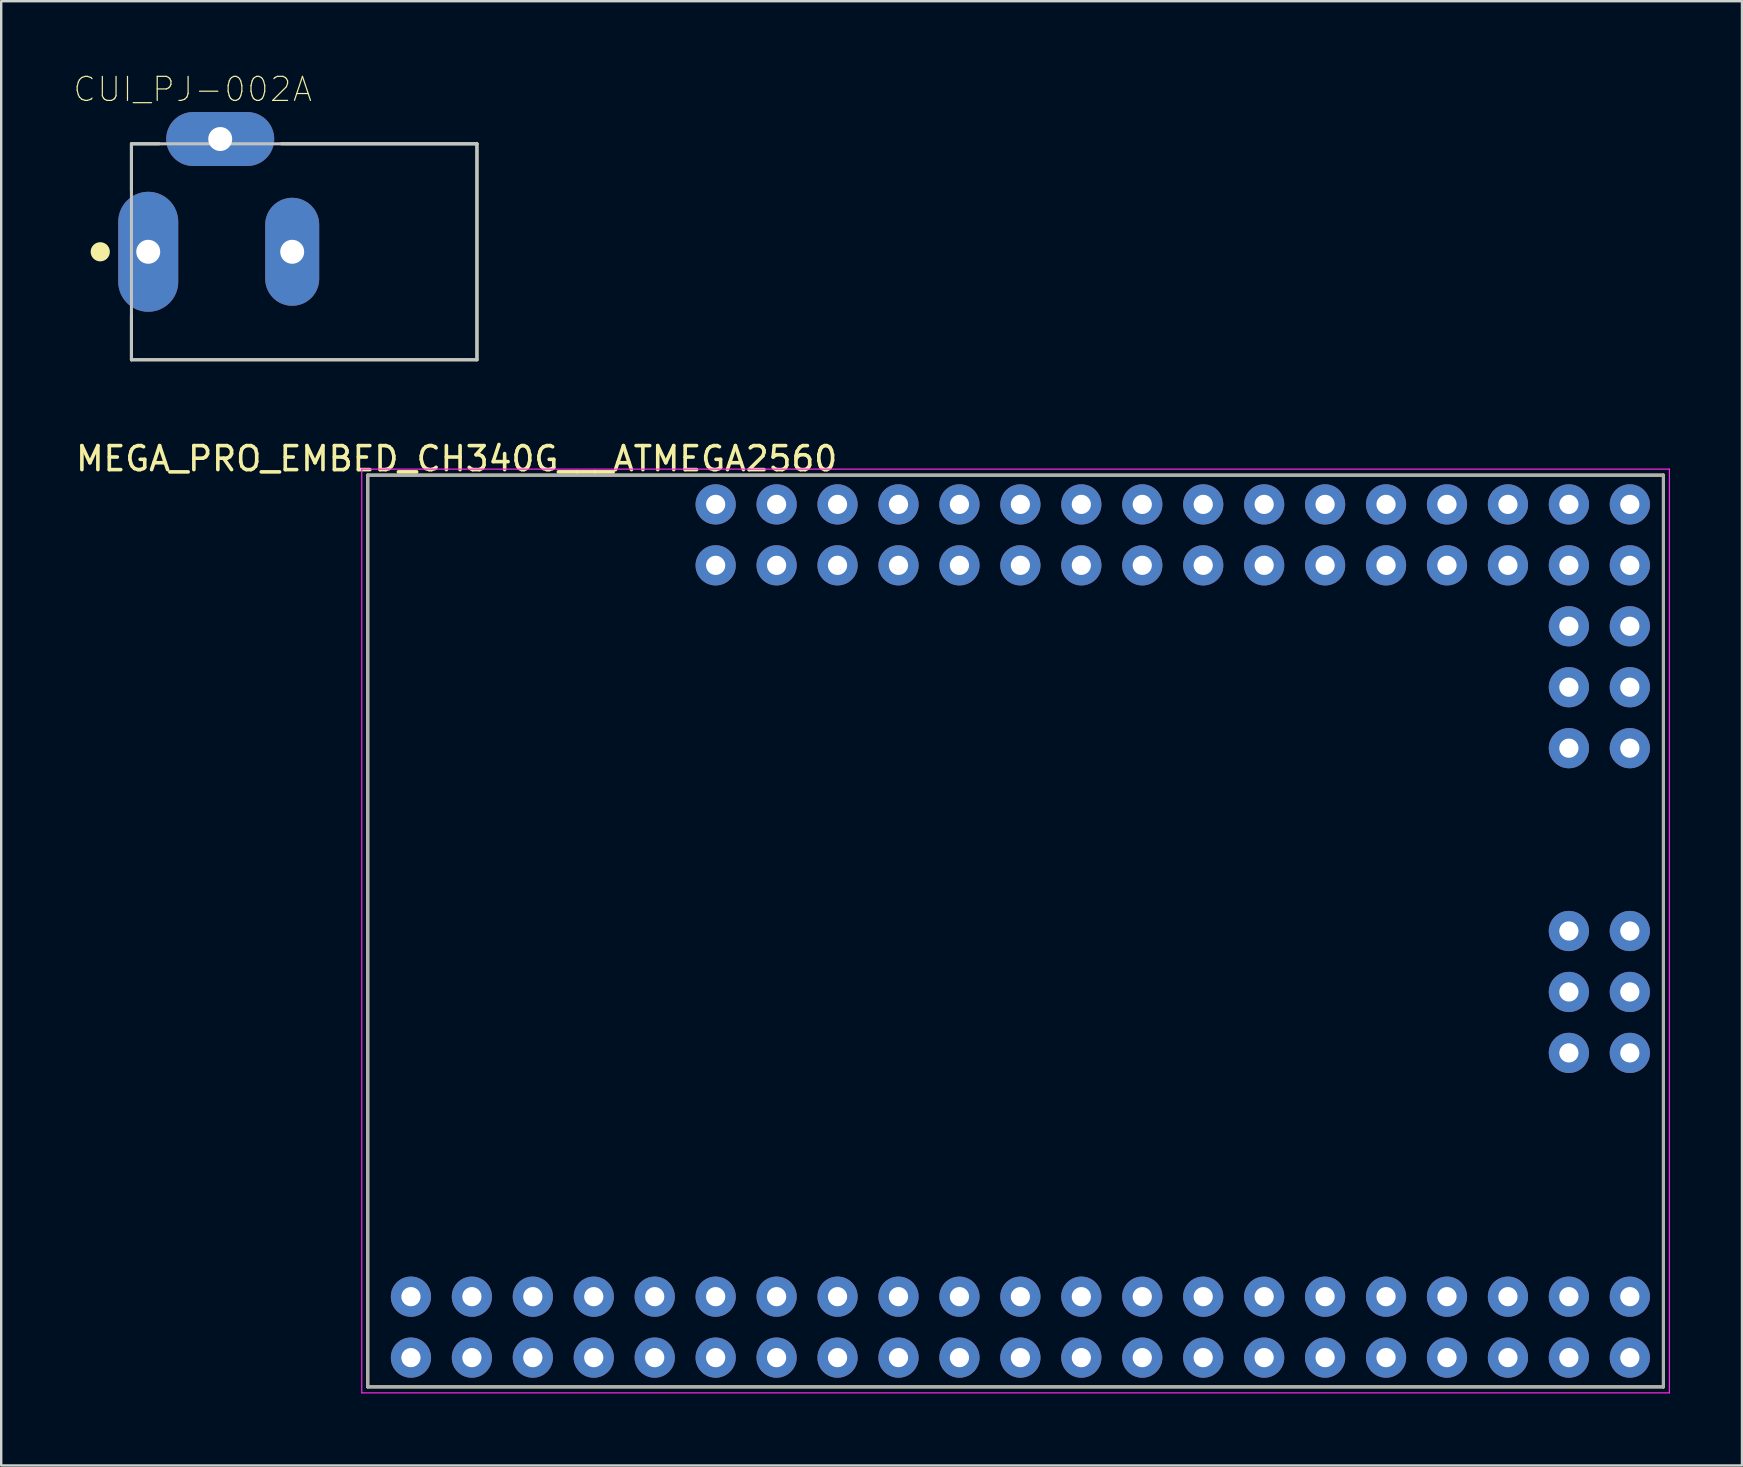
<source format=kicad_pcb>
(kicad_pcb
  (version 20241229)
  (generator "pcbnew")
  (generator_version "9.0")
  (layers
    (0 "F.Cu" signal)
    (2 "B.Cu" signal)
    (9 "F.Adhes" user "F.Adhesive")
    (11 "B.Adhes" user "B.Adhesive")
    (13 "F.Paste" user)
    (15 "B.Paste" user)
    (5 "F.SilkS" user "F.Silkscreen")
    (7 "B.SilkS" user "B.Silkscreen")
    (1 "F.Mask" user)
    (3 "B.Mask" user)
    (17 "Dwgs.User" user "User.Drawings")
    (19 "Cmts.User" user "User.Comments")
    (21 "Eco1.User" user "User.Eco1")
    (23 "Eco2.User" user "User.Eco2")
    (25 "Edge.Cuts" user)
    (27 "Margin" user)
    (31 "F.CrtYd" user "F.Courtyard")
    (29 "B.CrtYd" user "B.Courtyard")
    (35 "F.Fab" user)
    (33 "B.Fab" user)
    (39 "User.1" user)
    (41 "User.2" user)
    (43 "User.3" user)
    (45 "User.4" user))
  (footprint "CUI_PJ-002A"
    (layer "F.Cu")
    (at 3.128 7.444)
    (property "Reference" "CUI_PJ-002A" (at 1.852 -6.771 0) (layer "F.SilkS") (effects (font (size 1.001 1.001) (thickness 0.05))))
    (attr through_hole)
    (fp_line (start -0.7 -4.5) (end 0.45 -4.5) (stroke (width 0.127) (type solid)) (layer "F.SilkS"))
    (fp_line (start -0.7 -2.55) (end -0.7 -4.5) (stroke (width 0.127) (type solid)) (layer "F.SilkS"))
    (fp_line (start -0.7 4.5) (end -0.7 2.65) (stroke (width 0.127) (type solid)) (layer "F.SilkS"))
    (fp_line (start 5.55 -4.5) (end 13.7 -4.5) (stroke (width 0.127) (type solid)) (layer "F.SilkS"))
    (fp_line (start 13.7 -4.5) (end 13.7 4.5) (stroke (width 0.127) (type solid)) (layer "F.SilkS"))
    (fp_line (start 13.7 4.5) (end -0.7 4.5) (stroke (width 0.127) (type solid)) (layer "F.SilkS"))
    (fp_circle (center -2 0) (end -1.8 0) (stroke (width 0.4) (type solid)) (fill no) (layer "F.SilkS"))
    (fp_line (start -0.7 -4.5) (end 13.7 -4.5) (stroke (width 0.127) (type solid)) (layer "Dwgs.User"))
    (fp_line (start -0.7 4.5) (end -0.7 -4.5) (stroke (width 0.127) (type solid)) (layer "Dwgs.User"))
    (fp_line (start 13.7 -4.5) (end 13.7 4.5) (stroke (width 0.127) (type solid)) (layer "Dwgs.User"))
    (fp_line (start 13.7 4.5) (end -0.7 4.5) (stroke (width 0.127) (type solid)) (layer "Dwgs.User"))
    (fp_line (start -1.55 -2.25) (end -1.55 2.35) (stroke (width 0.05) (type solid)) (layer "Eco1.User"))
    (fp_line (start -1.55 2.35) (end -1 2.35) (stroke (width 0.05) (type solid)) (layer "Eco1.User"))
    (fp_line (start -1 -4.75) (end 0.45 -4.75) (stroke (width 0.05) (type solid)) (layer "Eco1.User"))
    (fp_line (start -1 -2.25) (end -1.55 -2.25) (stroke (width 0.05) (type solid)) (layer "Eco1.User"))
    (fp_line (start -1 -2.25) (end -1 -4.75) (stroke (width 0.05) (type solid)) (layer "Eco1.User"))
    (fp_line (start -1 4.75) (end -1 2.35) (stroke (width 0.05) (type solid)) (layer "Eco1.User"))
    (fp_line (start 0.45 -6.1) (end 5.55 -6.1) (stroke (width 0.05) (type solid)) (layer "Eco1.User"))
    (fp_line (start 0.45 -4.75) (end 0.45 -6.1) (stroke (width 0.05) (type solid)) (layer "Eco1.User"))
    (fp_line (start 5.55 -6.1) (end 5.55 -4.75) (stroke (width 0.05) (type solid)) (layer "Eco1.User"))
    (fp_line (start 5.55 -4.75) (end 14 -4.75) (stroke (width 0.05) (type solid)) (layer "Eco1.User"))
    (fp_line (start 14 -4.75) (end 14 4.75) (stroke (width 0.05) (type solid)) (layer "Eco1.User"))
    (fp_line (start 14 4.75) (end -1 4.75) (stroke (width 0.05) (type solid)) (layer "Eco1.User"))
    (fp_line (start -0.5 -1.75) (end 0.5 -1.75) (stroke (width 0.0001) (type solid)) (layer "Edge.Cuts"))
    (fp_line (start -0.5 1.75) (end -0.5 -1.75) (stroke (width 0.0001) (type solid)) (layer "Edge.Cuts"))
    (fp_line (start 0.5 -1.75) (end 0.5 1.75) (stroke (width 0.0001) (type solid)) (layer "Edge.Cuts"))
    (fp_line (start 0.5 1.75) (end -0.5 1.75) (stroke (width 0.0001) (type solid)) (layer "Edge.Cuts"))
    (fp_line (start 1.5 -5.2) (end 4.5 -5.2) (stroke (width 0.0001) (type solid)) (layer "Edge.Cuts"))
    (fp_line (start 1.5 -4.2) (end 1.5 -5.2) (stroke (width 0.0001) (type solid)) (layer "Edge.Cuts"))
    (fp_line (start 4.5 -5.2) (end 4.5 -4.2) (stroke (width 0.0001) (type solid)) (layer "Edge.Cuts"))
    (fp_line (start 4.5 -4.2) (end 1.5 -4.2) (stroke (width 0.0001) (type solid)) (layer "Edge.Cuts"))
    (fp_line (start 5.5 -1.5) (end 6.5 -1.5) (stroke (width 0.0001) (type solid)) (layer "Edge.Cuts"))
    (fp_line (start 5.5 1.5) (end 5.5 -1.5) (stroke (width 0.0001) (type solid)) (layer "Edge.Cuts"))
    (fp_line (start 6.5 -1.5) (end 6.5 1.5) (stroke (width 0.0001) (type solid)) (layer "Edge.Cuts"))
    (fp_line (start 6.5 1.5) (end 5.5 1.5) (stroke (width 0.0001) (type solid)) (layer "Edge.Cuts"))
    (pad "1" thru_hole oval (at 0 0 90) (size 5 2.5) (drill 1) (layers "*.Cu" "*.Mask"))
    (pad "2" thru_hole oval (at 6 0 90) (size 4.5 2.25) (drill 1) (layers "*.Cu" "*.Mask"))
    (pad "3" thru_hole oval (at 3 -4.7 180) (size 4.5 2.25) (drill 1) (layers "*.Cu" "*.Mask")))
  (footprint "MEGA_PRO_EMBED_CH340G___ATMEGA2560"
    (layer "F.Cu")
    (at 39.277 35.752)
    (property "Reference" "MEGA_PRO_EMBED_CH340G___ATMEGA2560" (at -23.295 -19.685 0) (layer "F.SilkS") (effects (font (size 1 1) (thickness 0.15))))
    (attr through_hole)
    (fp_line (start -27 -19) (end 27 -19) (stroke (width 0.127) (type solid)) (layer "F.SilkS"))
    (fp_line (start -27 19) (end -27 -19) (stroke (width 0.127) (type solid)) (layer "F.SilkS"))
    (fp_line (start -27 19) (end 27 19) (stroke (width 0.127) (type solid)) (layer "F.SilkS"))
    (fp_line (start 27 19) (end 27 -19) (stroke (width 0.127) (type solid)) (layer "F.SilkS"))
    (fp_line (start -27.25 -19.25) (end 27.25 -19.25) (stroke (width 0.05) (type solid)) (layer "F.CrtYd"))
    (fp_line (start -27.25 19.25) (end -27.25 -19.25) (stroke (width 0.05) (type solid)) (layer "F.CrtYd"))
    (fp_line (start 27.25 -19.25) (end 27.25 19.25) (stroke (width 0.05) (type solid)) (layer "F.CrtYd"))
    (fp_line (start 27.25 19.25) (end -27.25 19.25) (stroke (width 0.05) (type solid)) (layer "F.CrtYd"))
    (fp_line (start -27 -19) (end 27 -19) (stroke (width 0.127) (type solid)) (layer "F.Fab"))
    (fp_line (start -27 19) (end -27 -19) (stroke (width 0.127) (type solid)) (layer "F.Fab"))
    (fp_line (start -27 19) (end 27 19) (stroke (width 0.127) (type solid)) (layer "F.Fab"))
    (fp_line (start 27 19) (end 27 -19) (stroke (width 0.127) (type solid)) (layer "F.Fab"))
    (pad "3V3_1" thru_hole circle (at -17.58 17.78) (size 1.676 1.676) (drill 0.8) (layers "*.Cu" "*.Mask"))
    (pad "3V3_2" thru_hole circle (at -17.58 15.24) (size 1.676 1.676) (drill 0.8) (layers "*.Cu" "*.Mask"))
    (pad "5V_1" thru_hole circle (at -20.12 17.78) (size 1.676 1.676) (drill 0.8) (layers "*.Cu" "*.Mask"))
    (pad "5V_2" thru_hole circle (at -20.12 15.24) (size 1.676 1.676) (drill 0.8) (layers "*.Cu" "*.Mask"))
    (pad "5V_3" thru_hole circle (at 25.6 0) (size 1.676 1.676) (drill 0.8) (layers "*.Cu" "*.Mask"))
    (pad "A0" thru_hole circle (at -12.5 -17.78) (size 1.676 1.676) (drill 0.8) (layers "*.Cu" "*.Mask"))
    (pad "A1" thru_hole circle (at -12.5 -15.24) (size 1.676 1.676) (drill 0.8) (layers "*.Cu" "*.Mask"))
    (pad "A2" thru_hole circle (at -9.96 -17.78) (size 1.676 1.676) (drill 0.8) (layers "*.Cu" "*.Mask"))
    (pad "A3" thru_hole circle (at -9.96 -15.24) (size 1.676 1.676) (drill 0.8) (layers "*.Cu" "*.Mask"))
    (pad "A4" thru_hole circle (at -7.42 -17.78) (size 1.676 1.676) (drill 0.8) (layers "*.Cu" "*.Mask"))
    (pad "A5" thru_hole circle (at -7.42 -15.24) (size 1.676 1.676) (drill 0.8) (layers "*.Cu" "*.Mask"))
    (pad "A6" thru_hole circle (at -4.88 -17.78) (size 1.676 1.676) (drill 0.8) (layers "*.Cu" "*.Mask"))
    (pad "A7" thru_hole circle (at -4.88 -15.24) (size 1.676 1.676) (drill 0.8) (layers "*.Cu" "*.Mask"))
    (pad "A8" thru_hole circle (at -2.34 -17.78) (size 1.676 1.676) (drill 0.8) (layers "*.Cu" "*.Mask"))
    (pad "A9" thru_hole circle (at -2.34 -15.24) (size 1.676 1.676) (drill 0.8) (layers "*.Cu" "*.Mask"))
    (pad "A10" thru_hole circle (at 0.2 -17.78) (size 1.676 1.676) (drill 0.8) (layers "*.Cu" "*.Mask"))
    (pad "A11" thru_hole circle (at 0.2 -15.24) (size 1.676 1.676) (drill 0.8) (layers "*.Cu" "*.Mask"))
    (pad "A12" thru_hole circle (at 2.74 -17.78) (size 1.676 1.676) (drill 0.8) (layers "*.Cu" "*.Mask"))
    (pad "A13" thru_hole circle (at 2.74 -15.24) (size 1.676 1.676) (drill 0.8) (layers "*.Cu" "*.Mask"))
    (pad "A14" thru_hole circle (at 5.28 -17.78) (size 1.676 1.676) (drill 0.8) (layers "*.Cu" "*.Mask"))
    (pad "A15" thru_hole circle (at 5.28 -15.24) (size 1.676 1.676) (drill 0.8) (layers "*.Cu" "*.Mask"))
    (pad "AREF" thru_hole circle (at -15.04 15.24) (size 1.676 1.676) (drill 0.8) (layers "*.Cu" "*.Mask"))
    (pad "D2" thru_hole circle (at -9.96 15.24) (size 1.676 1.676) (drill 0.8) (layers "*.Cu" "*.Mask"))
    (pad "D3" thru_hole circle (at -9.96 17.78) (size 1.676 1.676) (drill 0.8) (layers "*.Cu" "*.Mask"))
    (pad "D4" thru_hole circle (at -7.42 15.24) (size 1.676 1.676) (drill 0.8) (layers "*.Cu" "*.Mask"))
    (pad "D5" thru_hole circle (at -7.42 17.78) (size 1.676 1.676) (drill 0.8) (layers "*.Cu" "*.Mask"))
    (pad "D6" thru_hole circle (at -4.88 15.24) (size 1.676 1.676) (drill 0.8) (layers "*.Cu" "*.Mask"))
    (pad "D7" thru_hole circle (at -4.88 17.78) (size 1.676 1.676) (drill 0.8) (layers "*.Cu" "*.Mask"))
    (pad "D8" thru_hole circle (at -2.34 15.24) (size 1.676 1.676) (drill 0.8) (layers "*.Cu" "*.Mask"))
    (pad "D9" thru_hole circle (at -2.34 17.78) (size 1.676 1.676) (drill 0.8) (layers "*.Cu" "*.Mask"))
    (pad "D10" thru_hole circle (at 0.2 15.24) (size 1.676 1.676) (drill 0.8) (layers "*.Cu" "*.Mask"))
    (pad "D11" thru_hole circle (at 0.2 17.78) (size 1.676 1.676) (drill 0.8) (layers "*.Cu" "*.Mask"))
    (pad "D12" thru_hole circle (at 2.74 15.24) (size 1.676 1.676) (drill 0.8) (layers "*.Cu" "*.Mask"))
    (pad "D13" thru_hole circle (at 2.74 17.78) (size 1.676 1.676) (drill 0.8) (layers "*.Cu" "*.Mask"))
    (pad "D14" thru_hole circle (at 5.28 15.24) (size 1.676 1.676) (drill 0.8) (layers "*.Cu" "*.Mask"))
    (pad "D15" thru_hole circle (at 5.28 17.78) (size 1.676 1.676) (drill 0.8) (layers "*.Cu" "*.Mask"))
    (pad "D16" thru_hole circle (at 7.82 15.24) (size 1.676 1.676) (drill 0.8) (layers "*.Cu" "*.Mask"))
    (pad "D17" thru_hole circle (at 7.82 17.78) (size 1.676 1.676) (drill 0.8) (layers "*.Cu" "*.Mask"))
    (pad "D18" thru_hole circle (at 10.36 15.24) (size 1.676 1.676) (drill 0.8) (layers "*.Cu" "*.Mask"))
    (pad "D19" thru_hole circle (at 10.36 17.78) (size 1.676 1.676) (drill 0.8) (layers "*.Cu" "*.Mask"))
    (pad "D20" thru_hole circle (at 12.9 15.24) (size 1.676 1.676) (drill 0.8) (layers "*.Cu" "*.Mask"))
    (pad "D21" thru_hole circle (at 12.9 17.78) (size 1.676 1.676) (drill 0.8) (layers "*.Cu" "*.Mask"))
    (pad "D22" thru_hole circle (at 15.44 15.24) (size 1.676 1.676) (drill 0.8) (layers "*.Cu" "*.Mask"))
    (pad "D23" thru_hole circle (at 15.44 17.78) (size 1.676 1.676) (drill 0.8) (layers "*.Cu" "*.Mask"))
    (pad "D24" thru_hole circle (at 17.98 15.24) (size 1.676 1.676) (drill 0.8) (layers "*.Cu" "*.Mask"))
    (pad "D25" thru_hole circle (at 17.98 17.78) (size 1.676 1.676) (drill 0.8) (layers "*.Cu" "*.Mask"))
    (pad "D26" thru_hole circle (at 20.52 15.24) (size 1.676 1.676) (drill 0.8) (layers "*.Cu" "*.Mask"))
    (pad "D27" thru_hole circle (at 20.52 17.78) (size 1.676 1.676) (drill 0.8) (layers "*.Cu" "*.Mask"))
    (pad "D28" thru_hole circle (at 23.06 15.24) (size 1.676 1.676) (drill 0.8) (layers "*.Cu" "*.Mask"))
    (pad "D29" thru_hole circle (at 23.06 17.78) (size 1.676 1.676) (drill 0.8) (layers "*.Cu" "*.Mask"))
    (pad "D30" thru_hole circle (at 25.6 15.24) (size 1.676 1.676) (drill 0.8) (layers "*.Cu" "*.Mask"))
    (pad "D31" thru_hole circle (at 25.6 17.78) (size 1.676 1.676) (drill 0.8) (layers "*.Cu" "*.Mask"))
    (pad "D32" thru_hole circle (at 7.82 -17.78) (size 1.676 1.676) (drill 0.8) (layers "*.Cu" "*.Mask"))
    (pad "D33" thru_hole circle (at 7.82 -15.24) (size 1.676 1.676) (drill 0.8) (layers "*.Cu" "*.Mask"))
    (pad "D34" thru_hole circle (at 10.36 -17.78) (size 1.676 1.676) (drill 0.8) (layers "*.Cu" "*.Mask"))
    (pad "D35" thru_hole circle (at 10.36 -15.24) (size 1.676 1.676) (drill 0.8) (layers "*.Cu" "*.Mask"))
    (pad "D36" thru_hole circle (at 12.9 -17.78) (size 1.676 1.676) (drill 0.8) (layers "*.Cu" "*.Mask"))
    (pad "D37" thru_hole circle (at 12.9 -15.24) (size 1.676 1.676) (drill 0.8) (layers "*.Cu" "*.Mask"))
    (pad "D38" thru_hole circle (at 15.44 -17.78) (size 1.676 1.676) (drill 0.8) (layers "*.Cu" "*.Mask"))
    (pad "D39" thru_hole circle (at 15.44 -15.24) (size 1.676 1.676) (drill 0.8) (layers "*.Cu" "*.Mask"))
    (pad "D40" thru_hole circle (at 17.98 -17.78) (size 1.676 1.676) (drill 0.8) (layers "*.Cu" "*.Mask"))
    (pad "D41" thru_hole circle (at 17.98 -15.24) (size 1.676 1.676) (drill 0.8) (layers "*.Cu" "*.Mask"))
    (pad "D42" thru_hole circle (at 20.52 -17.78) (size 1.676 1.676) (drill 0.8) (layers "*.Cu" "*.Mask"))
    (pad "D43" thru_hole circle (at 20.52 -15.24) (size 1.676 1.676) (drill 0.8) (layers "*.Cu" "*.Mask"))
    (pad "D44" thru_hole circle (at 23.06 -17.78) (size 1.676 1.676) (drill 0.8) (layers "*.Cu" "*.Mask"))
    (pad "D45" thru_hole circle (at 23.06 -15.24) (size 1.676 1.676) (drill 0.8) (layers "*.Cu" "*.Mask"))
    (pad "D46" thru_hole circle (at 25.6 -17.78) (size 1.676 1.676) (drill 0.8) (layers "*.Cu" "*.Mask"))
    (pad "D47" thru_hole circle (at 25.6 -15.24) (size 1.676 1.676) (drill 0.8) (layers "*.Cu" "*.Mask"))
    (pad "D48" thru_hole circle (at 25.6 -12.7) (size 1.676 1.676) (drill 0.8) (layers "*.Cu" "*.Mask"))
    (pad "D49" thru_hole circle (at 23.06 -12.7) (size 1.676 1.676) (drill 0.8) (layers "*.Cu" "*.Mask"))
    (pad "D50" thru_hole circle (at 25.6 -10.16) (size 1.676 1.676) (drill 0.8) (layers "*.Cu" "*.Mask"))
    (pad "D51" thru_hole circle (at 23.06 -10.16) (size 1.676 1.676) (drill 0.8) (layers "*.Cu" "*.Mask"))
    (pad "D52" thru_hole circle (at 25.6 -7.62) (size 1.676 1.676) (drill 0.8) (layers "*.Cu" "*.Mask"))
    (pad "D53" thru_hole circle (at 23.06 -7.62) (size 1.676 1.676) (drill 0.8) (layers "*.Cu" "*.Mask"))
    (pad "GND_1" thru_hole circle (at -22.66 17.78) (size 1.676 1.676) (drill 0.8) (layers "*.Cu" "*.Mask"))
    (pad "GND_2" thru_hole circle (at -22.66 15.24) (size 1.676 1.676) (drill 0.8) (layers "*.Cu" "*.Mask"))
    (pad "GND_3" thru_hole circle (at 25.6 5.08) (size 1.676 1.676) (drill 0.8) (layers "*.Cu" "*.Mask"))
    (pad "MISO" thru_hole circle (at 23.06 0) (size 1.676 1.676) (drill 0.8) (layers "*.Cu" "*.Mask"))
    (pad "MOSI" thru_hole circle (at 25.6 2.54) (size 1.676 1.676) (drill 0.8) (layers "*.Cu" "*.Mask"))
    (pad "RESET" thru_hole circle (at 23.06 5.08) (size 1.676 1.676) (drill 0.8) (layers "*.Cu" "*.Mask"))
    (pad "RST" thru_hole circle (at -15.04 17.78) (size 1.676 1.676) (drill 0.8) (layers "*.Cu" "*.Mask"))
    (pad "RX" thru_hole circle (at -12.5 15.24) (size 1.676 1.676) (drill 0.8) (layers "*.Cu" "*.Mask"))
    (pad "SCK" thru_hole circle (at 23.06 2.54) (size 1.676 1.676) (drill 0.8) (layers "*.Cu" "*.Mask"))
    (pad "TX" thru_hole circle (at -12.5 17.78) (size 1.676 1.676) (drill 0.8) (layers "*.Cu" "*.Mask"))
    (pad "VIN_1" thru_hole circle (at -25.2 17.78) (size 1.676 1.676) (drill 0.8) (layers "*.Cu" "*.Mask"))
    (pad "VIN_2" thru_hole circle (at -25.2 15.24) (size 1.676 1.676) (drill 0.8) (layers "*.Cu" "*.Mask")))
  (gr_rect
    (start -3 -3)
    (end 69.552 58.027)
    (stroke (width 0.1) (type default))
    (fill no)
    (layer "Edge.Cuts")))
</source>
